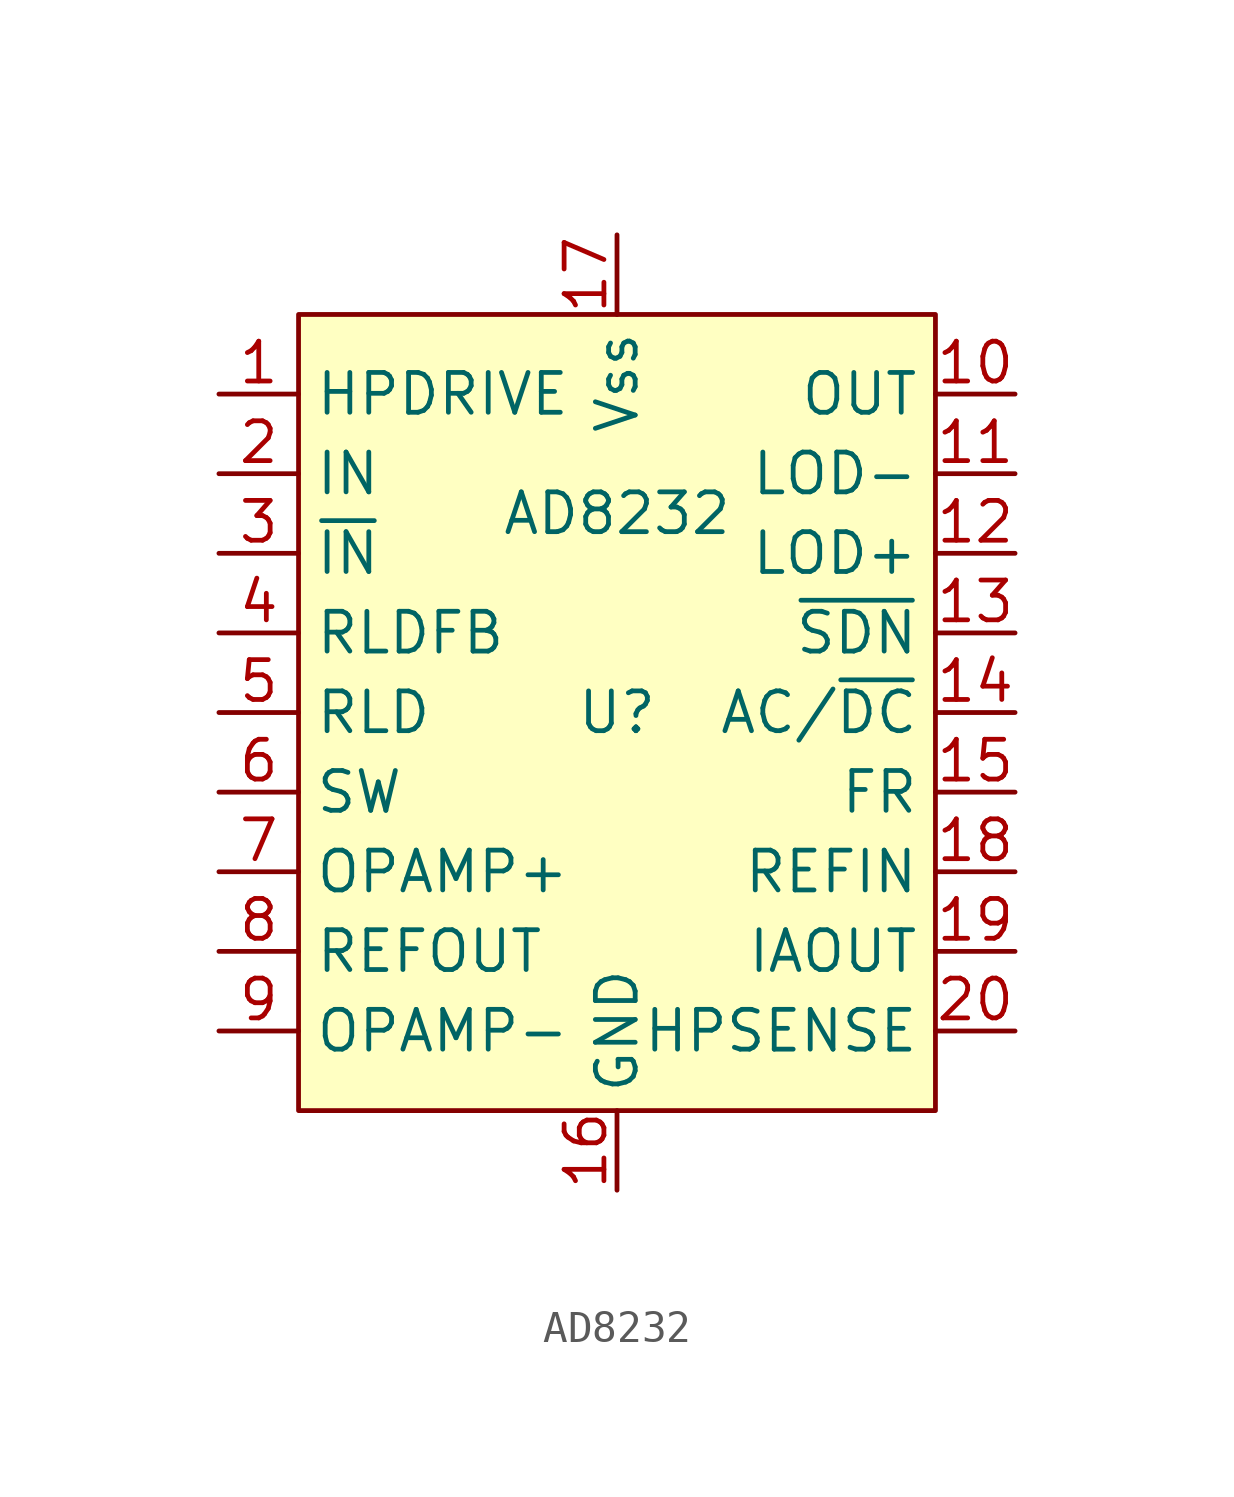
<source format=kicad_sym>
(kicad_symbol_lib
  (version 20231120)
  (generator "kicad_symbol_editor")
  (generator_version "8.0")
  (symbol "AD8232"
    (property "Reference" "U"
      (at 0 0 0)
      (effects (font (size 1.27 1.27))))
    (property "Value" "AD8232"
      (at 0 6.35 0)
      (effects (font (size 1.27 1.27))))
    (symbol "AD8232_0_1"
      (rectangle (start -10.16 12.7) (end 10.16 -12.7) (stroke (width 0) (type default)) (fill (type background))))
    (symbol "AD8232_1_1"
      (pin output line (at -12.7 10.16 0) (length 2.54) (name "HPDRIVE" (effects (font (size 1.27 1.27)))) (number "1" (effects (font (size 1.27 1.27)))))
      (pin output line (at 12.7 10.16 180) (length 2.54) (name "OUT" (effects (font (size 1.27 1.27)))) (number "10" (effects (font (size 1.27 1.27)))))
      (pin output line (at 12.7 7.62 180) (length 2.54) (name "LOD-" (effects (font (size 1.27 1.27)))) (number "11" (effects (font (size 1.27 1.27)))))
      (pin output line (at 12.7 5.08 180) (length 2.54) (name "LOD+" (effects (font (size 1.27 1.27)))) (number "12" (effects (font (size 1.27 1.27)))))
      (pin input line (at 12.7 2.54 180) (length 2.54) (name "~{SDN}" (effects (font (size 1.27 1.27)))) (number "13" (effects (font (size 1.27 1.27)))))
      (pin input line (at 12.7 0 180) (length 2.54) (name "AC/~{DC}" (effects (font (size 1.27 1.27)))) (number "14" (effects (font (size 1.27 1.27)))))
      (pin input line (at 12.7 -2.54 180) (length 2.54) (name "FR" (effects (font (size 1.27 1.27)))) (number "15" (effects (font (size 1.27 1.27)))))
      (pin power_in line (at 0 -15.24 90) (length 2.54) (name "GND" (effects (font (size 1.27 1.27)))) (number "16" (effects (font (size 1.27 1.27)))))
      (pin power_in line (at 0 15.24 270) (length 2.54) (name "Vss" (effects (font (size 1.27 1.27)))) (number "17" (effects (font (size 1.27 1.27)))))
      (pin input line (at 12.7 -5.08 180) (length 2.54) (name "REFIN" (effects (font (size 1.27 1.27)))) (number "18" (effects (font (size 1.27 1.27)))))
      (pin output line (at 12.7 -7.62 180) (length 2.54) (name "IAOUT" (effects (font (size 1.27 1.27)))) (number "19" (effects (font (size 1.27 1.27)))))
      (pin input line (at -12.7 7.62 0) (length 2.54) (name "IN" (effects (font (size 1.27 1.27)))) (number "2" (effects (font (size 1.27 1.27)))))
      (pin input line (at 12.7 -10.16 180) (length 2.54) (name "HPSENSE" (effects (font (size 1.27 1.27)))) (number "20" (effects (font (size 1.27 1.27)))))
      (pin input line (at -12.7 5.08 0) (length 2.54) (name "~{IN}" (effects (font (size 1.27 1.27)))) (number "3" (effects (font (size 1.27 1.27)))))
      (pin input line (at -12.7 2.54 0) (length 2.54) (name "RLDFB" (effects (font (size 1.27 1.27)))) (number "4" (effects (font (size 1.27 1.27)))))
      (pin output line (at -12.7 0 0) (length 2.54) (name "RLD" (effects (font (size 1.27 1.27)))) (number "5" (effects (font (size 1.27 1.27)))))
      (pin input line (at -12.7 -2.54 0) (length 2.54) (name "SW" (effects (font (size 1.27 1.27)))) (number "6" (effects (font (size 1.27 1.27)))))
      (pin input line (at -12.7 -5.08 0) (length 2.54) (name "OPAMP+" (effects (font (size 1.27 1.27)))) (number "7" (effects (font (size 1.27 1.27)))))
      (pin output line (at -12.7 -7.62 0) (length 2.54) (name "REFOUT" (effects (font (size 1.27 1.27)))) (number "8" (effects (font (size 1.27 1.27)))))
      (pin input line (at -12.7 -10.16 0) (length 2.54) (name "OPAMP-" (effects (font (size 1.27 1.27)))) (number "9" (effects (font (size 1.27 1.27))))))))
</source>
